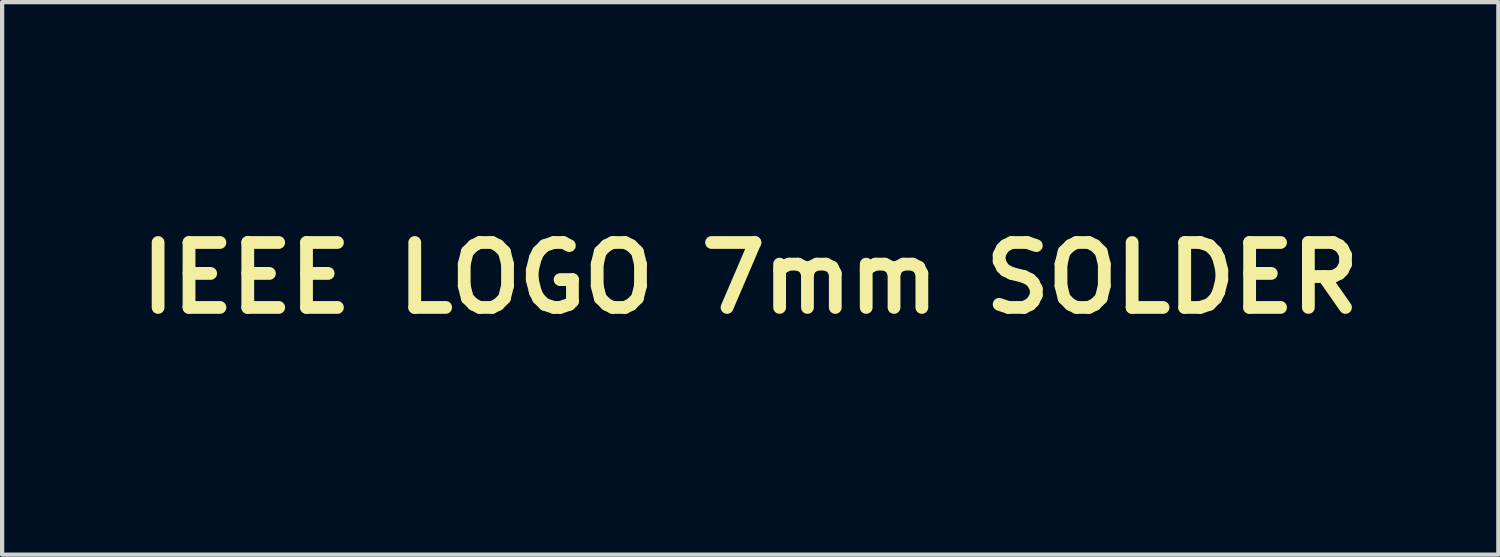
<source format=kicad_pcb>
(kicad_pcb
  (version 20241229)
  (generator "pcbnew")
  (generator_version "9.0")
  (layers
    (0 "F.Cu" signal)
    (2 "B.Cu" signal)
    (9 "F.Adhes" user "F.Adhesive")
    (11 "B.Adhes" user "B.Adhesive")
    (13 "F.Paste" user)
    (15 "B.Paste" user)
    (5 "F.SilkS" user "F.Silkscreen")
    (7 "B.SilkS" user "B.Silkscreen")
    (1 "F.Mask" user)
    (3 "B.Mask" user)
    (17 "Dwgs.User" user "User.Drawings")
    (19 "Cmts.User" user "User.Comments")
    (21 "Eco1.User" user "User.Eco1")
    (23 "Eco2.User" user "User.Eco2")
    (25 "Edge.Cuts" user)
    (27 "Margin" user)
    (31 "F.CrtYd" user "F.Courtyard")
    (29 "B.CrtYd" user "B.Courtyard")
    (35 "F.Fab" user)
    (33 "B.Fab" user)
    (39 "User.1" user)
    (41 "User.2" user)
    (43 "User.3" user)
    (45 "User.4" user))
  (footprint "IEEE LOGO 7mm SOLDER"
    (layer "F.Cu")
    (at 14.558 3.476)
    (property "Reference" "IEEE LOGO 7mm SOLDER" (at 0 0 0) (layer "F.SilkS") (effects (font (size 1.524 1.524) (thickness 0.3))))
    (attr through_hole)
    (fp_poly (pts (xy 0.209 0.888) (xy 0.215 0.996) (xy 0.222 1.111) (xy 0.23 1.225) (xy 0.237 1.328) (xy 0.243 1.409) (xy 0.249 1.493) (xy 0.252 1.553) (xy 0.253 1.593) (xy 0.25 1.618) (xy 0.245 1.632) (xy 0.239 1.638) (xy 0.218 1.642) (xy 0.175 1.646) (xy 0.114 1.649) (xy 0.042 1.651) (xy 0.009 1.651) (xy -0.201 1.651) (xy -0.192 1.295) (xy -0.189 1.185) (xy -0.186 1.073) (xy -0.182 0.966) (xy -0.179 0.87) (xy -0.176 0.792) (xy -0.175 0.762) (xy -0.167 0.586) (xy 0.013 0.584) (xy 0.192 0.583) (xy 0.209 0.888)) (stroke (width 0.01) (type solid)) (fill yes) (layer "F.Mask"))
    (fp_poly (pts (xy -0.02 -1.822) (xy -0.004 -1.784) (xy 0.017 -1.728) (xy 0.043 -1.659) (xy 0.063 -1.602) (xy 0.124 -1.435) (xy 0.186 -1.266) (xy 0.248 -1.105) (xy 0.305 -0.958) (xy 0.332 -0.889) (xy 0.354 -0.835) (xy 0.37 -0.791) (xy 0.38 -0.764) (xy 0.381 -0.758) (xy 0.368 -0.754) (xy 0.333 -0.75) (xy 0.281 -0.748) (xy 0.245 -0.748) (xy 0.109 -0.748) (xy 0.118 -0.603) (xy 0.129 -0.422) (xy 0.138 -0.268) (xy 0.146 -0.137) (xy 0.153 -0.028) (xy 0.157 0.06) (xy 0.161 0.131) (xy 0.163 0.186) (xy 0.164 0.227) (xy 0.163 0.257) (xy 0.162 0.277) (xy 0.159 0.289) (xy 0.156 0.296) (xy 0.153 0.298) (xy 0.132 0.303) (xy 0.089 0.307) (xy 0.031 0.31) (xy -0.019 0.31) (xy -0.172 0.31) (xy -0.163 -0.018) (xy -0.16 -0.126) (xy -0.157 -0.239) (xy -0.154 -0.348) (xy -0.15 -0.446) (xy -0.147 -0.525) (xy -0.147 -0.54) (xy -0.138 -0.734) (xy -0.267 -0.734) (xy -0.323 -0.734) (xy -0.367 -0.735) (xy -0.392 -0.736) (xy -0.395 -0.737) (xy -0.391 -0.751) (xy -0.379 -0.788) (xy -0.36 -0.844) (xy -0.336 -0.917) (xy -0.308 -1.001) (xy -0.283 -1.078) (xy -0.247 -1.186) (xy -0.209 -1.3) (xy -0.173 -1.413) (xy -0.14 -1.516) (xy -0.113 -1.604) (xy -0.104 -1.632) (xy -0.081 -1.704) (xy -0.061 -1.765) (xy -0.044 -1.81) (xy -0.032 -1.835) (xy -0.028 -1.839) (xy -0.02 -1.822)) (stroke (width 0.01) (type solid)) (fill yes) (layer "F.Mask"))
    (fp_poly (pts (xy -0.751 -0.519) (xy -0.719 -0.505) (xy -0.675 -0.48) (xy -0.612 -0.443) (xy -0.597 -0.434) (xy -0.536 -0.398) (xy -0.484 -0.367) (xy -0.446 -0.344) (xy -0.427 -0.332) (xy -0.425 -0.331) (xy -0.433 -0.323) (xy -0.458 -0.311) (xy -0.492 -0.297) (xy -0.525 -0.287) (xy -0.548 -0.282) (xy -0.549 -0.282) (xy -0.571 -0.277) (xy -0.613 -0.263) (xy -0.665 -0.243) (xy -0.691 -0.233) (xy -0.783 -0.189) (xy -0.854 -0.139) (xy -0.912 -0.078) (xy -0.946 -0.031) (xy -0.969 0.009) (xy -0.978 0.037) (xy -0.973 0.065) (xy -0.971 0.072) (xy -0.935 0.135) (xy -0.872 0.191) (xy -0.784 0.241) (xy -0.672 0.283) (xy -0.635 0.294) (xy -0.39 0.347) (xy -0.144 0.375) (xy 0.105 0.376) (xy 0.359 0.351) (xy 0.621 0.3) (xy 0.668 0.288) (xy 0.746 0.267) (xy 0.804 0.25) (xy 0.849 0.233) (xy 0.889 0.214) (xy 0.931 0.189) (xy 0.938 0.185) (xy 1.022 0.123) (xy 1.078 0.061) (xy 1.106 -0.001) (xy 1.106 -0.062) (xy 1.078 -0.121) (xy 1.022 -0.179) (xy 0.938 -0.233) (xy 0.91 -0.248) (xy 0.876 -0.264) (xy 0.85 -0.274) (xy 0.825 -0.279) (xy 0.794 -0.278) (xy 0.752 -0.27) (xy 0.693 -0.257) (xy 0.642 -0.245) (xy 0.625 -0.245) (xy 0.611 -0.258) (xy 0.597 -0.289) (xy 0.583 -0.327) (xy 0.564 -0.383) (xy 0.544 -0.437) (xy 0.531 -0.469) (xy 0.519 -0.496) (xy 0.517 -0.512) (xy 0.526 -0.519) (xy 0.552 -0.517) (xy 0.599 -0.507) (xy 0.654 -0.494) (xy 0.713 -0.48) (xy 0.79 -0.463) (xy 0.875 -0.444) (xy 0.959 -0.427) (xy 0.963 -0.426) (xy 1.032 -0.411) (xy 1.089 -0.397) (xy 1.129 -0.386) (xy 1.147 -0.378) (xy 1.148 -0.376) (xy 1.126 -0.367) (xy 1.12 -0.367) (xy 1.095 -0.362) (xy 1.063 -0.352) (xy 1.024 -0.337) (xy 1.098 -0.294) (xy 1.15 -0.259) (xy 1.206 -0.215) (xy 1.241 -0.184) (xy 1.282 -0.141) (xy 1.305 -0.105) (xy 1.317 -0.065) (xy 1.32 -0.053) (xy 1.32 0.026) (xy 1.296 0.099) (xy 1.246 0.17) (xy 1.238 0.179) (xy 1.162 0.244) (xy 1.061 0.305) (xy 0.939 0.36) (xy 0.798 0.409) (xy 0.642 0.45) (xy 0.473 0.482) (xy 0.296 0.504) (xy 0.127 0.516) (xy 0.053 0.519) (xy -0.013 0.522) (xy -0.064 0.525) (xy -0.096 0.527) (xy -0.099 0.527) (xy -0.126 0.528) (xy -0.175 0.527) (xy -0.238 0.524) (xy -0.303 0.521) (xy -0.505 0.503) (xy -0.698 0.472) (xy -0.877 0.431) (xy -1.038 0.381) (xy -1.155 0.331) (xy -1.265 0.274) (xy -1.349 0.218) (xy -1.408 0.161) (xy -1.446 0.102) (xy -1.465 0.038) (xy -1.468 -0.000282) (xy -1.458 -0.075) (xy -1.427 -0.147) (xy -1.373 -0.217) (xy -1.294 -0.291) (xy -1.294 -0.291) (xy -1.231 -0.336) (xy -1.15 -0.383) (xy -1.059 -0.429) (xy -0.966 -0.471) (xy -0.88 -0.503) (xy -0.822 -0.52) (xy -0.798 -0.524) (xy -0.776 -0.525) (xy -0.751 -0.519)) (stroke (width 0.01) (type solid)) (fill yes) (layer "F.Mask"))
    (fp_poly (pts (xy 3.528 3.485) (xy -3.528 3.485) (xy -3.528 0.01) (xy -3.36 0.01) (xy -3.36 0.06) (xy -3.352 0.103) (xy -3.333 0.144) (xy -3.302 0.185) (xy -3.254 0.231) (xy -3.189 0.284) (xy -3.102 0.347) (xy -3.076 0.365) (xy -2.983 0.431) (xy -2.887 0.5) (xy -2.79 0.57) (xy -2.695 0.64) (xy -2.606 0.706) (xy -2.526 0.766) (xy -2.458 0.819) (xy -2.405 0.861) (xy -2.369 0.891) (xy -2.357 0.903) (xy -2.343 0.915) (xy -2.314 0.94) (xy -2.274 0.974) (xy -2.265 0.981) (xy -2.22 1.019) (xy -2.166 1.064) (xy -2.102 1.119) (xy -2.024 1.187) (xy -1.93 1.268) (xy -1.855 1.333) (xy -1.659 1.51) (xy -1.459 1.698) (xy -1.261 1.895) (xy -1.069 2.095) (xy -0.885 2.294) (xy -0.716 2.488) (xy -0.564 2.673) (xy -0.508 2.745) (xy -0.473 2.79) (xy -0.445 2.826) (xy -0.427 2.847) (xy -0.424 2.85) (xy -0.407 2.87) (xy -0.378 2.908) (xy -0.339 2.96) (xy -0.296 3.022) (xy -0.25 3.088) (xy -0.206 3.152) (xy -0.159 3.221) (xy -0.122 3.27) (xy -0.09 3.304) (xy -0.058 3.328) (xy -0.022 3.346) (xy -0.001 3.354) (xy 0.046 3.365) (xy 0.092 3.362) (xy 0.146 3.345) (xy 0.174 3.328) (xy 0.21 3.293) (xy 0.254 3.239) (xy 0.31 3.164) (xy 0.361 3.09) (xy 0.454 2.958) (xy 0.56 2.811) (xy 0.676 2.657) (xy 0.796 2.501) (xy 0.917 2.348) (xy 1.034 2.205) (xy 1.142 2.077) (xy 1.192 2.019) (xy 1.302 1.898) (xy 1.43 1.762) (xy 1.571 1.617) (xy 1.721 1.467) (xy 1.875 1.315) (xy 2.029 1.166) (xy 2.18 1.024) (xy 2.322 0.893) (xy 2.448 0.782) (xy 2.514 0.726) (xy 2.595 0.659) (xy 2.684 0.586) (xy 2.779 0.51) (xy 2.875 0.435) (xy 2.968 0.363) (xy 3.052 0.298) (xy 3.124 0.244) (xy 3.178 0.205) (xy 3.182 0.202) (xy 3.253 0.153) (xy 3.304 0.115) (xy 3.339 0.085) (xy 3.362 0.058) (xy 3.377 0.032) (xy 3.387 0.006) (xy 3.398 -0.069) (xy 3.382 -0.142) (xy 3.339 -0.212) (xy 3.27 -0.276) (xy 3.227 -0.305) (xy 3.129 -0.367) (xy 3.015 -0.444) (xy 2.889 -0.531) (xy 2.757 -0.626) (xy 2.624 -0.724) (xy 2.494 -0.822) (xy 2.372 -0.916) (xy 2.265 -1.003) (xy 2.221 -1.039) (xy 2.157 -1.093) (xy 2.084 -1.155) (xy 2.014 -1.215) (xy 1.988 -1.236) (xy 1.922 -1.294) (xy 1.84 -1.37) (xy 1.746 -1.461) (xy 1.641 -1.564) (xy 1.529 -1.675) (xy 1.413 -1.792) (xy 1.296 -1.912) (xy 1.181 -2.032) (xy 1.07 -2.149) (xy 0.968 -2.259) (xy 0.924 -2.308) (xy 0.822 -2.422) (xy 0.714 -2.548) (xy 0.603 -2.681) (xy 0.493 -2.814) (xy 0.389 -2.944) (xy 0.296 -3.064) (xy 0.216 -3.17) (xy 0.2 -3.192) (xy 0.151 -3.258) (xy 0.113 -3.304) (xy 0.08 -3.335) (xy 0.046 -3.356) (xy 0.008 -3.37) (xy -0.006 -3.374) (xy -0.051 -3.382) (xy -0.093 -3.375) (xy -0.122 -3.366) (xy -0.156 -3.349) (xy -0.191 -3.324) (xy -0.228 -3.288) (xy -0.272 -3.238) (xy -0.323 -3.17) (xy -0.386 -3.082) (xy -0.401 -3.06) (xy -0.577 -2.816) (xy -0.767 -2.567) (xy -0.968 -2.316) (xy -1.177 -2.067) (xy -1.39 -1.824) (xy -1.605 -1.591) (xy -1.817 -1.372) (xy -2.023 -1.17) (xy -2.22 -0.99) (xy -2.223 -0.987) (xy -2.347 -0.878) (xy -2.456 -0.784) (xy -2.555 -0.7) (xy -2.648 -0.623) (xy -2.74 -0.549) (xy -2.838 -0.472) (xy -2.946 -0.389) (xy -3.001 -0.347) (xy -3.103 -0.268) (xy -3.185 -0.204) (xy -3.247 -0.151) (xy -3.294 -0.108) (xy -3.326 -0.072) (xy -3.346 -0.041) (xy -3.357 -0.013) (xy -3.36 0.01) (xy -3.528 0.01) (xy -3.528 -3.471) (xy 3.528 -3.471) (xy 3.528 3.485)) (stroke (width 0.01) (type solid)) (fill yes) (layer "F.Mask"))
    (fp_poly (pts (xy 0.041 -2.518) (xy 0.116 -2.496) (xy 0.199 -2.459) (xy 0.292 -2.405) (xy 0.397 -2.335) (xy 0.516 -2.247) (xy 0.651 -2.141) (xy 0.777 -2.039) (xy 0.912 -1.923) (xy 1.062 -1.789) (xy 1.222 -1.638) (xy 1.39 -1.474) (xy 1.562 -1.3) (xy 1.736 -1.119) (xy 1.909 -0.934) (xy 2.026 -0.805) (xy 2.098 -0.723) (xy 2.173 -0.632) (xy 2.248 -0.537) (xy 2.319 -0.444) (xy 2.383 -0.355) (xy 2.436 -0.277) (xy 2.475 -0.213) (xy 2.485 -0.196) (xy 2.514 -0.109) (xy 2.517 -0.014) (xy 2.493 0.089) (xy 2.465 0.155) (xy 2.422 0.236) (xy 2.369 0.323) (xy 2.304 0.42) (xy 2.224 0.528) (xy 2.129 0.65) (xy 2.016 0.789) (xy 1.962 0.854) (xy 1.825 1.013) (xy 1.671 1.183) (xy 1.509 1.355) (xy 1.343 1.524) (xy 1.181 1.683) (xy 1.03 1.823) (xy 0.975 1.873) (xy 0.922 1.921) (xy 0.877 1.962) (xy 0.854 1.983) (xy 0.77 2.056) (xy 0.68 2.132) (xy 0.588 2.207) (xy 0.497 2.278) (xy 0.411 2.343) (xy 0.336 2.397) (xy 0.273 2.438) (xy 0.23 2.463) (xy 0.134 2.494) (xy 0.034 2.497) (xy -0.069 2.473) (xy -0.11 2.456) (xy -0.178 2.42) (xy -0.259 2.369) (xy -0.353 2.304) (xy -0.462 2.224) (xy -0.588 2.126) (xy -0.731 2.011) (xy -0.893 1.877) (xy -0.919 1.855) (xy -1.056 1.737) (xy -1.197 1.612) (xy -1.34 1.481) (xy -1.48 1.348) (xy -1.616 1.216) (xy -1.744 1.088) (xy -1.86 0.967) (xy -1.961 0.857) (xy -2.045 0.76) (xy -2.066 0.733) (xy -2.093 0.7) (xy -2.132 0.652) (xy -2.177 0.596) (xy -2.216 0.548) (xy -2.31 0.429) (xy -2.385 0.326) (xy -2.442 0.237) (xy -2.48 0.157) (xy -2.5 0.083) (xy -2.502 0.014) (xy -2.328 0.014) (xy -2.328 0.017) (xy -2.324 0.066) (xy -2.314 0.115) (xy -2.295 0.165) (xy -2.265 0.222) (xy -2.222 0.287) (xy -2.166 0.365) (xy -2.093 0.459) (xy -2.047 0.515) (xy -1.823 0.778) (xy -1.573 1.044) (xy -1.299 1.313) (xy -1.003 1.582) (xy -0.686 1.849) (xy -0.374 2.097) (xy -0.27 2.175) (xy -0.183 2.237) (xy -0.111 2.283) (xy -0.051 2.314) (xy 0.003 2.332) (xy 0.052 2.337) (xy 0.101 2.332) (xy 0.152 2.316) (xy 0.197 2.298) (xy 0.243 2.273) (xy 0.306 2.231) (xy 0.385 2.174) (xy 0.475 2.103) (xy 0.575 2.023) (xy 0.681 1.934) (xy 0.791 1.839) (xy 0.902 1.74) (xy 0.91 1.732) (xy 0.98 1.667) (xy 1.062 1.589) (xy 1.152 1.501) (xy 1.246 1.408) (xy 1.339 1.314) (xy 1.429 1.223) (xy 1.509 1.139) (xy 1.577 1.067) (xy 1.623 1.017) (xy 1.676 0.957) (xy 1.734 0.891) (xy 1.788 0.831) (xy 1.799 0.818) (xy 1.856 0.753) (xy 1.915 0.683) (xy 1.978 0.604) (xy 2.049 0.511) (xy 2.131 0.402) (xy 2.172 0.348) (xy 2.207 0.302) (xy 2.233 0.269) (xy 2.245 0.254) (xy 2.245 0.254) (xy 2.256 0.239) (xy 2.274 0.205) (xy 2.298 0.161) (xy 2.299 0.159) (xy 2.335 0.074) (xy 2.352 -0.003) (xy 2.35 -0.078) (xy 2.327 -0.155) (xy 2.284 -0.238) (xy 2.218 -0.334) (xy 2.214 -0.339) (xy 2.059 -0.536) (xy 1.886 -0.741) (xy 1.692 -0.953) (xy 1.478 -1.175) (xy 1.242 -1.407) (xy 0.983 -1.652) (xy 0.952 -1.68) (xy 0.795 -1.819) (xy 0.626 -1.961) (xy 0.453 -2.098) (xy 0.287 -2.222) (xy 0.253 -2.246) (xy 0.161 -2.304) (xy 0.078 -2.34) (xy -0.001 -2.352) (xy -0.081 -2.341) (xy -0.166 -2.308) (xy -0.261 -2.251) (xy -0.287 -2.233) (xy -0.334 -2.198) (xy -0.396 -2.149) (xy -0.469 -2.09) (xy -0.548 -2.025) (xy -0.626 -1.959) (xy -0.699 -1.896) (xy -0.762 -1.84) (xy -0.776 -1.828) (xy -0.814 -1.791) (xy -0.87 -1.738) (xy -0.938 -1.671) (xy -1.016 -1.594) (xy -1.1 -1.511) (xy -1.187 -1.424) (xy -1.273 -1.337) (xy -1.356 -1.253) (xy -1.431 -1.177) (xy -1.496 -1.11) (xy -1.547 -1.058) (xy -1.573 -1.029) (xy -1.622 -0.976) (xy -1.673 -0.92) (xy -1.717 -0.873) (xy -1.722 -0.867) (xy -1.751 -0.835) (xy -1.785 -0.796) (xy -1.826 -0.747) (xy -1.877 -0.686) (xy -1.939 -0.61) (xy -2.015 -0.516) (xy -2.061 -0.459) (xy -2.149 -0.347) (xy -2.217 -0.252) (xy -2.267 -0.171) (xy -2.302 -0.101) (xy -2.321 -0.04) (xy -2.328 0.014) (xy -2.502 0.014) (xy -2.502 0.012) (xy -2.488 -0.06) (xy -2.458 -0.137) (xy -2.412 -0.222) (xy -2.35 -0.318) (xy -2.341 -0.332) (xy -2.3 -0.39) (xy -2.262 -0.444) (xy -2.231 -0.485) (xy -2.213 -0.508) (xy -2.189 -0.536) (xy -2.155 -0.578) (xy -2.116 -0.627) (xy -2.105 -0.642) (xy -2.056 -0.703) (xy -1.99 -0.781) (xy -1.911 -0.873) (xy -1.819 -0.975) (xy -1.72 -1.085) (xy -1.615 -1.199) (xy -1.507 -1.315) (xy -1.399 -1.429) (xy -1.295 -1.538) (xy -1.196 -1.639) (xy -1.106 -1.73) (xy -1.066 -1.769) (xy -0.972 -1.858) (xy -0.866 -1.954) (xy -0.753 -2.053) (xy -0.638 -2.151) (xy -0.527 -2.243) (xy -0.423 -2.326) (xy -0.332 -2.395) (xy -0.291 -2.425) (xy -0.224 -2.468) (xy -0.159 -2.5) (xy -0.094 -2.519) (xy -0.028 -2.525) (xy 0.041 -2.518)) (stroke (width 0.01) (type solid)) (fill yes) (layer "F.Mask")))
  (gr_rect
    (start -3 -3)
    (end 32.116 9.967)
    (stroke (width 0.1) (type default))
    (fill no)
    (layer "Edge.Cuts")))
</source>
